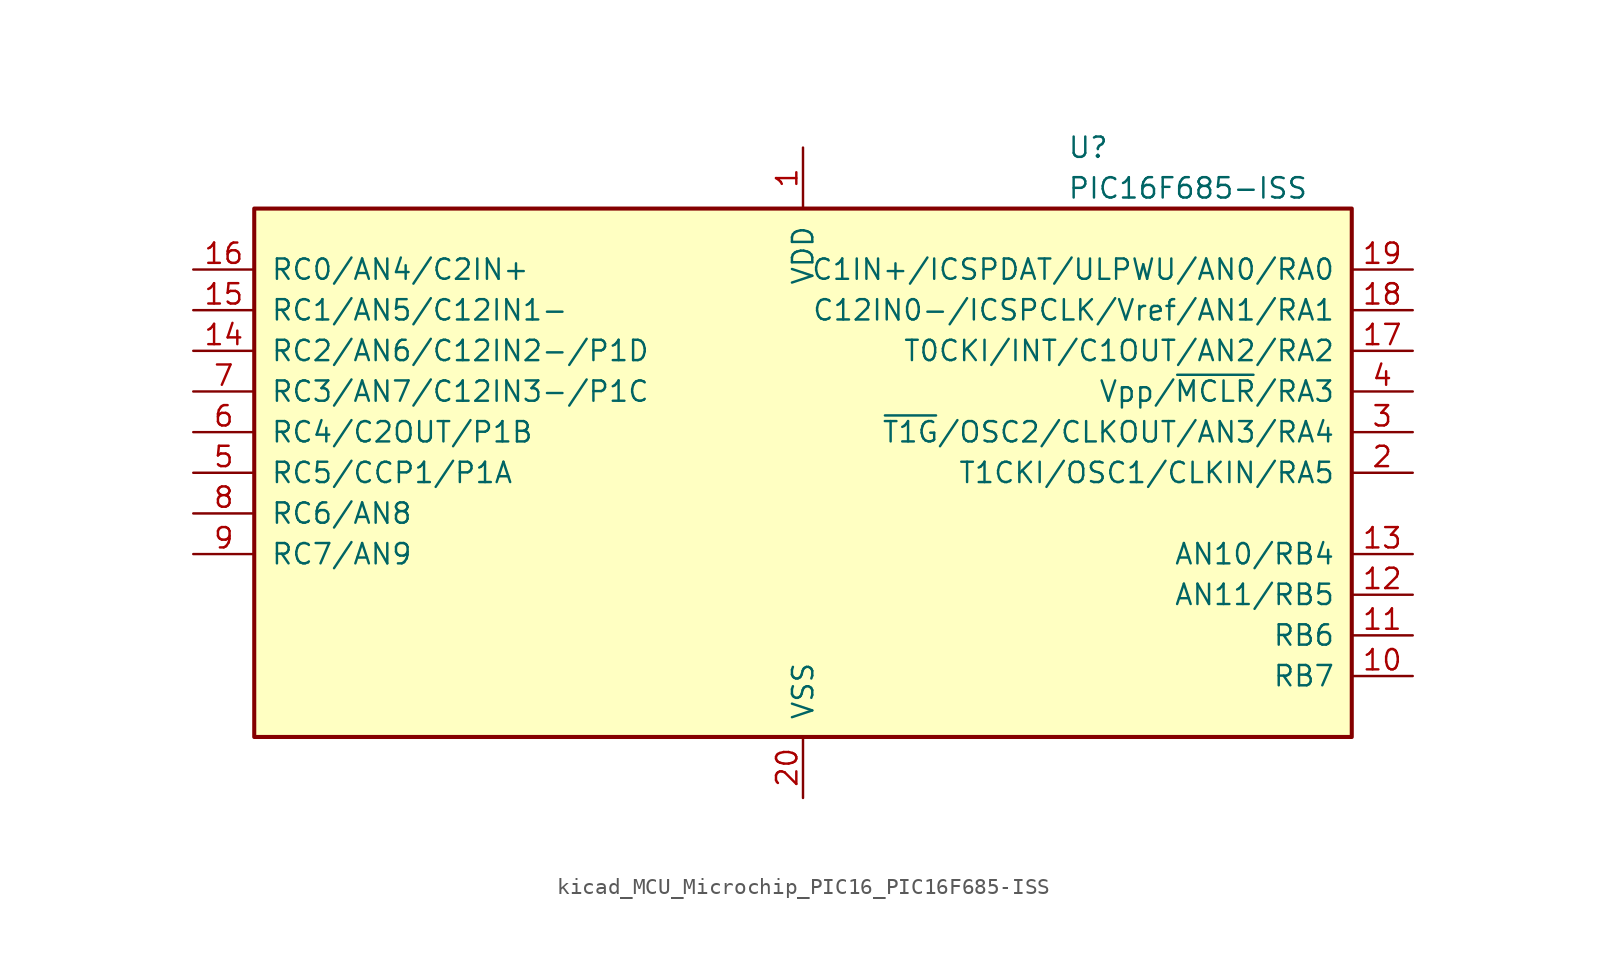
<source format=kicad_sym>
(kicad_symbol_lib
  (version 20220914)
  (generator kicad_symbol_editor)
  (symbol "kicad_MCU_Microchip_PIC16_PIC16F685-ISS"
    (pin_names
      (offset 1.016))
    (property "Reference" "U"
      (at 16.51 20.32 0)
      (effects (font (size 1.27 1.27)) (justify left)))
    (property "Value" "PIC16F685-ISS"
      (at 16.51 17.78 0)
      (effects (font (size 1.27 1.27)) (justify left)))
    (symbol "kicad_MCU_Microchip_PIC16_PIC16F685-ISS_0_1"
      (rectangle (start -34.29 16.51) (end 34.29 -16.51) (stroke (width 0.254) (type default)) (fill (type background))))
    (symbol "kicad_MCU_Microchip_PIC16_PIC16F685-ISS_1_1"
      (pin power_in line (at 0 20.32 270) (length 3.81) (name "VDD" (effects (font (size 1.27 1.27)))) (number "1" (effects (font (size 1.27 1.27)))))
      (pin bidirectional line (at 38.1 -12.7 180) (length 3.81) (name "RB7" (effects (font (size 1.27 1.27)))) (number "10" (effects (font (size 1.27 1.27)))))
      (pin bidirectional line (at 38.1 -10.16 180) (length 3.81) (name "RB6" (effects (font (size 1.27 1.27)))) (number "11" (effects (font (size 1.27 1.27)))))
      (pin bidirectional line (at 38.1 -7.62 180) (length 3.81) (name "AN11/RB5" (effects (font (size 1.27 1.27)))) (number "12" (effects (font (size 1.27 1.27)))))
      (pin bidirectional line (at 38.1 -5.08 180) (length 3.81) (name "AN10/RB4" (effects (font (size 1.27 1.27)))) (number "13" (effects (font (size 1.27 1.27)))))
      (pin bidirectional line (at -38.1 7.62 0) (length 3.81) (name "RC2/AN6/C12IN2-/P1D" (effects (font (size 1.27 1.27)))) (number "14" (effects (font (size 1.27 1.27)))))
      (pin bidirectional line (at -38.1 10.16 0) (length 3.81) (name "RC1/AN5/C12IN1-" (effects (font (size 1.27 1.27)))) (number "15" (effects (font (size 1.27 1.27)))))
      (pin bidirectional line (at -38.1 12.7 0) (length 3.81) (name "RC0/AN4/C2IN+" (effects (font (size 1.27 1.27)))) (number "16" (effects (font (size 1.27 1.27)))))
      (pin bidirectional line (at 38.1 7.62 180) (length 3.81) (name "T0CKI/INT/C1OUT/AN2/RA2" (effects (font (size 1.27 1.27)))) (number "17" (effects (font (size 1.27 1.27)))))
      (pin bidirectional line (at 38.1 10.16 180) (length 3.81) (name "C12IN0-/ICSPCLK/Vref/AN1/RA1" (effects (font (size 1.27 1.27)))) (number "18" (effects (font (size 1.27 1.27)))))
      (pin bidirectional line (at 38.1 12.7 180) (length 3.81) (name "C1IN+/ICSPDAT/ULPWU/AN0/RA0" (effects (font (size 1.27 1.27)))) (number "19" (effects (font (size 1.27 1.27)))))
      (pin bidirectional line (at 38.1 0 180) (length 3.81) (name "T1CKI/OSC1/CLKIN/RA5" (effects (font (size 1.27 1.27)))) (number "2" (effects (font (size 1.27 1.27)))))
      (pin power_in line (at 0 -20.32 90) (length 3.81) (name "VSS" (effects (font (size 1.27 1.27)))) (number "20" (effects (font (size 1.27 1.27)))))
      (pin bidirectional line (at 38.1 2.54 180) (length 3.81) (name "~{T1G}/OSC2/CLKOUT/AN3/RA4" (effects (font (size 1.27 1.27)))) (number "3" (effects (font (size 1.27 1.27)))))
      (pin input line (at 38.1 5.08 180) (length 3.81) (name "Vpp/~{MCLR}/RA3" (effects (font (size 1.27 1.27)))) (number "4" (effects (font (size 1.27 1.27)))))
      (pin bidirectional line (at -38.1 0 0) (length 3.81) (name "RC5/CCP1/P1A" (effects (font (size 1.27 1.27)))) (number "5" (effects (font (size 1.27 1.27)))))
      (pin bidirectional line (at -38.1 2.54 0) (length 3.81) (name "RC4/C2OUT/P1B" (effects (font (size 1.27 1.27)))) (number "6" (effects (font (size 1.27 1.27)))))
      (pin bidirectional line (at -38.1 5.08 0) (length 3.81) (name "RC3/AN7/C12IN3-/P1C" (effects (font (size 1.27 1.27)))) (number "7" (effects (font (size 1.27 1.27)))))
      (pin bidirectional line (at -38.1 -2.54 0) (length 3.81) (name "RC6/AN8" (effects (font (size 1.27 1.27)))) (number "8" (effects (font (size 1.27 1.27)))))
      (pin bidirectional line (at -38.1 -5.08 0) (length 3.81) (name "RC7/AN9" (effects (font (size 1.27 1.27)))) (number "9" (effects (font (size 1.27 1.27))))))))
</source>
